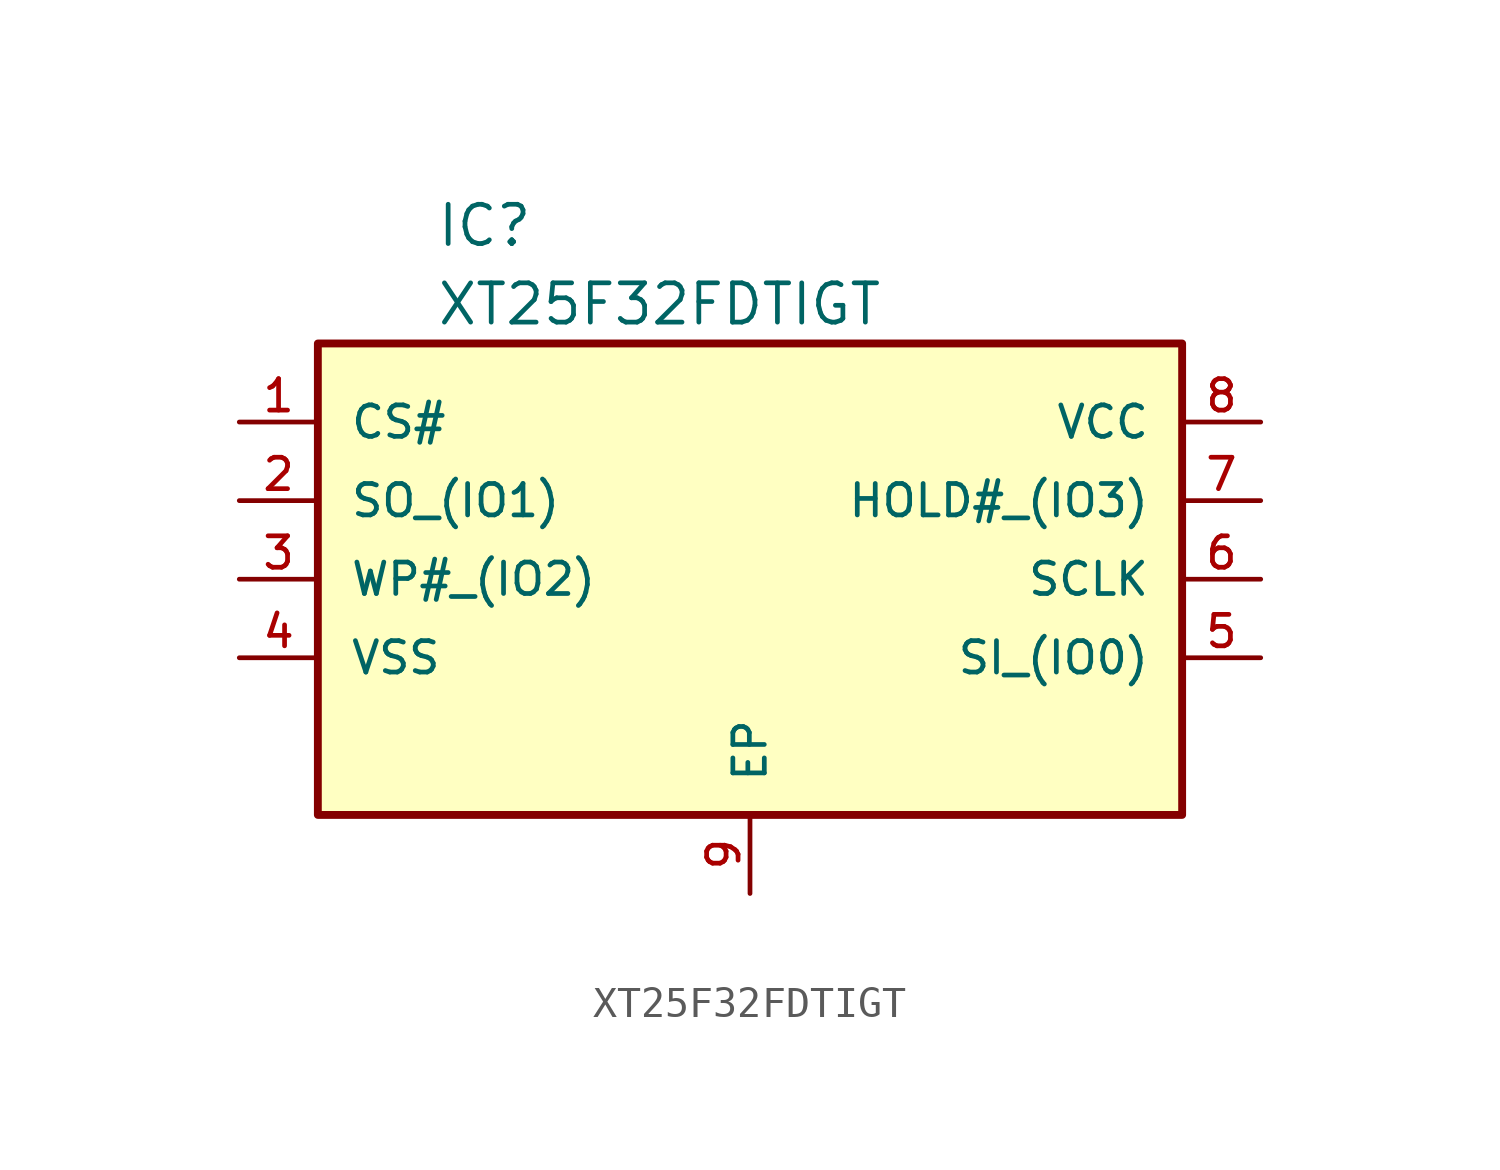
<source format=kicad_sym>
(kicad_symbol_lib
  (version 20241209)
  (generator "kicad_symbol_editor")
  (generator_version "9.0")
  (symbol "XT25F32FDTIGT"
    (pin_names
      (offset 1.016))
    (property "Reference" "IC"
      (at 8.89 6.35 0)
      (effects (font (size 1.27 1.27)) (justify left)))
    (property "Value" "XT25F32FDTIGT"
      (at 8.89 3.81 0)
      (effects (font (size 1.27 1.27)) (justify left)))
    (symbol "XT25F32FDTIGT_0_0"
      (rectangle (start 5.08 2.54) (end 33.02 -12.7) (stroke (width 0.254) (type default)) (fill (type background))))
    (symbol "XT25F32FDTIGT_1_0"
      (pin bidirectional line (at 2.54 0 0) (length 2.54) (name "CS#" (effects (font (size 1.016 1.016)))) (number "1" (effects (font (size 1.016 1.016)))))
      (pin bidirectional line (at 2.54 -2.54 0) (length 2.54) (name "SO_(IO1)" (effects (font (size 1.016 1.016)))) (number "2" (effects (font (size 1.016 1.016)))))
      (pin bidirectional line (at 2.54 -5.08 0) (length 2.54) (name "WP#_(IO2)" (effects (font (size 1.016 1.016)))) (number "3" (effects (font (size 1.016 1.016)))))
      (pin bidirectional line (at 2.54 -7.62 0) (length 2.54) (name "VSS" (effects (font (size 1.016 1.016)))) (number "4" (effects (font (size 1.016 1.016)))))
      (pin bidirectional line (at 19.05 -15.24 90) (length 2.54) (name "EP" (effects (font (size 1.016 1.016)))) (number "9" (effects (font (size 1.016 1.016)))))
      (pin bidirectional line (at 35.56 0 180) (length 2.54) (name "VCC" (effects (font (size 1.016 1.016)))) (number "8" (effects (font (size 1.016 1.016)))))
      (pin bidirectional line (at 35.56 -2.54 180) (length 2.54) (name "HOLD#_(IO3)" (effects (font (size 1.016 1.016)))) (number "7" (effects (font (size 1.016 1.016)))))
      (pin bidirectional line (at 35.56 -5.08 180) (length 2.54) (name "SCLK" (effects (font (size 1.016 1.016)))) (number "6" (effects (font (size 1.016 1.016)))))
      (pin bidirectional line (at 35.56 -7.62 180) (length 2.54) (name "SI_(IO0)" (effects (font (size 1.016 1.016)))) (number "5" (effects (font (size 1.016 1.016))))))))
</source>
